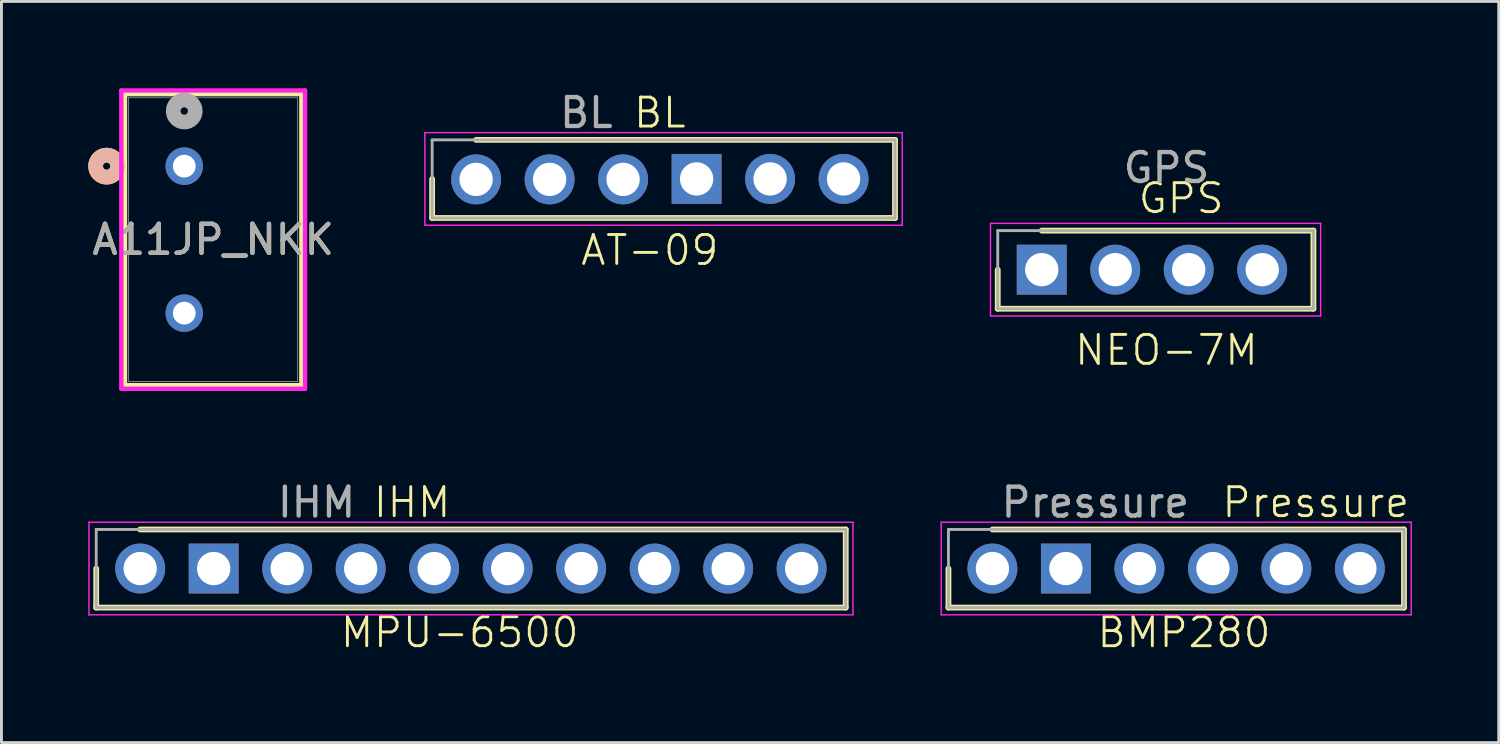
<source format=kicad_pcb>
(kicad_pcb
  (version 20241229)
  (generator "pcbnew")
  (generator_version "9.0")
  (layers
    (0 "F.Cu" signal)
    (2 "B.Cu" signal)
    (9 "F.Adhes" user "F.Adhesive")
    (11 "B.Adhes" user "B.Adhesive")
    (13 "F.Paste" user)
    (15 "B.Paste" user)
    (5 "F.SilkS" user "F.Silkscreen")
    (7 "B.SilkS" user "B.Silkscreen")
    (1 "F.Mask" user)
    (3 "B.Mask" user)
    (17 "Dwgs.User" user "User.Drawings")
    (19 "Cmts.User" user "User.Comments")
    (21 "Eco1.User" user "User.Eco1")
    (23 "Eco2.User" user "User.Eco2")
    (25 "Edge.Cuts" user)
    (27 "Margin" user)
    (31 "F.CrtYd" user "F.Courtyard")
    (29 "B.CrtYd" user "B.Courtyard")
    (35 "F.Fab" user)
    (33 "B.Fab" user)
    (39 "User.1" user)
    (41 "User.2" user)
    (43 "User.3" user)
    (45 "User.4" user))
  (footprint "IHM"
    (layer "F.Cu")
    (at 12.209 16.345)
    (property "Reference" "IHM" (at -1.016 -2.032 0) (unlocked yes) (layer "F.SilkS") (effects (font (size 1 1) (thickness 0.1))))
    (attr through_hole)
    (fp_line (start -11.934 0.254) (end -11.934 1.604) (stroke (width 0.2) (type solid)) (layer "F.SilkS"))
    (fp_line (start -11.934 1.604) (end 13.97 1.604) (stroke (width 0.2) (type solid)) (layer "F.SilkS"))
    (fp_line (start 13.97 -1.096) (end -10.414 -1.096) (stroke (width 0.2) (type solid)) (layer "F.SilkS"))
    (fp_line (start 13.97 1.604) (end 13.97 -1.096) (stroke (width 0.2) (type solid)) (layer "F.SilkS"))
    (fp_line (start -12.184 -1.346) (end 14.22 -1.346) (stroke (width 0.05) (type solid)) (layer "F.CrtYd"))
    (fp_line (start -12.184 1.854) (end -12.184 -1.346) (stroke (width 0.05) (type solid)) (layer "F.CrtYd"))
    (fp_line (start 14.22 -1.346) (end 14.22 1.854) (stroke (width 0.05) (type solid)) (layer "F.CrtYd"))
    (fp_line (start 14.22 1.854) (end -12.184 1.854) (stroke (width 0.05) (type solid)) (layer "F.CrtYd"))
    (fp_line (start -11.934 -1.096) (end 13.97 -1.096) (stroke (width 0.1) (type solid)) (layer "F.Fab"))
    (fp_line (start -11.934 1.604) (end -11.934 -1.096) (stroke (width 0.1) (type solid)) (layer "F.Fab"))
    (fp_line (start 13.97 -1.096) (end 13.97 1.604) (stroke (width 0.1) (type solid)) (layer "F.Fab"))
    (fp_line (start 13.97 1.604) (end -11.934 1.604) (stroke (width 0.1) (type solid)) (layer "F.Fab"))
    (fp_text user "MPU-6500" (at -3.556 3.048 0) (unlocked yes) (layer "F.SilkS") (effects (font (size 1 1) (thickness 0.1)) (justify left bottom)))
    (fp_text user "${REFERENCE}" (at -4.318 -2.032 0) (unlocked yes) (layer "F.Fab") (effects (font (size 1 1) (thickness 0.15))))
    (pad "1" thru_hole circle (at -10.414 0.254) (size 1.725 1.725) (drill 1.15) (layers "*.Cu" "*.Mask"))
    (pad "2" thru_hole rect (at -7.874 0.254) (size 1.725 1.725) (drill 1.15) (layers "*.Cu" "*.Mask"))
    (pad "3" thru_hole circle (at -5.334 0.254) (size 1.725 1.725) (drill 1.15) (layers "*.Cu" "*.Mask"))
    (pad "4" thru_hole circle (at -2.794 0.254) (size 1.725 1.725) (drill 1.15) (layers "*.Cu" "*.Mask"))
    (pad "5" thru_hole circle (at -0.254 0.254) (size 1.725 1.725) (drill 1.15) (layers "*.Cu" "*.Mask"))
    (pad "6" thru_hole circle (at 2.286 0.254) (size 1.725 1.725) (drill 1.15) (layers "*.Cu" "*.Mask"))
    (pad "7" thru_hole circle (at 4.826 0.254) (size 1.725 1.725) (drill 1.15) (layers "*.Cu" "*.Mask"))
    (pad "8" thru_hole circle (at 7.366 0.254) (size 1.725 1.725) (drill 1.15) (layers "*.Cu" "*.Mask"))
    (pad "9" thru_hole circle (at 9.906 0.254) (size 1.725 1.725) (drill 1.15) (layers "*.Cu" "*.Mask"))
    (pad "10" thru_hole circle (at 12.446 0.254) (size 1.725 1.725) (drill 1.15) (layers "*.Cu" "*.Mask")))
  (footprint "A11JP_NKK"
    (layer "F.Cu")
    (at 3.318 2.692)
    (property "Reference" "A11JP_NKK" (at 1 2.54 0) (unlocked yes) (layer "F.SilkS") (effects (font (size 1 1) (thickness 0.15))))
    (attr through_hole)
    (fp_line (start -2.048 -2.489) (end -2.048 7.569) (stroke (width 0.152) (type solid)) (layer "F.SilkS"))
    (fp_line (start -2.048 7.569) (end 4.048 7.569) (stroke (width 0.152) (type solid)) (layer "F.SilkS"))
    (fp_line (start 4.048 -2.489) (end -2.048 -2.489) (stroke (width 0.152) (type solid)) (layer "F.SilkS"))
    (fp_line (start 4.048 7.569) (end 4.048 -2.489) (stroke (width 0.152) (type solid)) (layer "F.SilkS"))
    (fp_circle (center -2.683 0) (end -2.302 0) (stroke (width 0.508) (type solid)) (fill no) (layer "F.SilkS"))
    (fp_circle (center -2.683 0) (end -2.302 0) (stroke (width 0.508) (type solid)) (fill no) (layer "B.SilkS"))
    (fp_line (start -2.175 -2.616) (end -2.175 7.696) (stroke (width 0.152) (type solid)) (layer "F.CrtYd"))
    (fp_line (start -2.175 7.696) (end 4.175 7.696) (stroke (width 0.152) (type solid)) (layer "F.CrtYd"))
    (fp_line (start 4.175 -2.616) (end -2.175 -2.616) (stroke (width 0.152) (type solid)) (layer "F.CrtYd"))
    (fp_line (start 4.175 7.696) (end 4.175 -2.616) (stroke (width 0.152) (type solid)) (layer "F.CrtYd"))
    (fp_line (start -1.921 -2.362) (end -1.921 7.442) (stroke (width 0.025) (type solid)) (layer "F.Fab"))
    (fp_line (start -1.921 7.442) (end 3.921 7.442) (stroke (width 0.025) (type solid)) (layer "F.Fab"))
    (fp_line (start 3.921 -2.362) (end -1.921 -2.362) (stroke (width 0.025) (type solid)) (layer "F.Fab"))
    (fp_line (start 3.921 7.442) (end 3.921 -2.362) (stroke (width 0.025) (type solid)) (layer "F.Fab"))
    (fp_circle (center 0 -1.905) (end 0.381 -1.905) (stroke (width 0.508) (type solid)) (fill no) (layer "F.Fab"))
    (fp_text user "${REFERENCE}" (at 1 2.54 0) (unlocked yes) (layer "F.Fab") (effects (font (size 1 1) (thickness 0.15))))
    (pad "1" thru_hole circle (at 0 0) (size 1.295 1.295) (drill 0.787) (layers "*.Cu" "*.Mask"))
    (pad "2" thru_hole circle (at 0 5.08) (size 1.295 1.295) (drill 0.787) (layers "*.Cu" "*.Mask")))
  (footprint "BL"
    (layer "F.Cu")
    (at 19.755 3.134)
    (property "Reference" "BL" (at 0 -2.286 0) (unlocked yes) (layer "F.SilkS") (effects (font (size 1 1) (thickness 0.1))))
    (attr through_hole)
    (fp_line (start -7.87 0) (end -7.87 1.35) (stroke (width 0.2) (type solid)) (layer "F.SilkS"))
    (fp_line (start -7.87 1.35) (end 8.128 1.35) (stroke (width 0.2) (type solid)) (layer "F.SilkS"))
    (fp_line (start 8.128 -1.35) (end -6.35 -1.35) (stroke (width 0.2) (type solid)) (layer "F.SilkS"))
    (fp_line (start 8.128 1.35) (end 8.128 -1.35) (stroke (width 0.2) (type solid)) (layer "F.SilkS"))
    (fp_line (start -8.12 -1.6) (end 8.378 -1.6) (stroke (width 0.05) (type solid)) (layer "F.CrtYd"))
    (fp_line (start -8.12 1.6) (end -8.12 -1.6) (stroke (width 0.05) (type solid)) (layer "F.CrtYd"))
    (fp_line (start 8.378 -1.6) (end 8.378 1.6) (stroke (width 0.05) (type solid)) (layer "F.CrtYd"))
    (fp_line (start 8.378 1.6) (end -8.12 1.6) (stroke (width 0.05) (type solid)) (layer "F.CrtYd"))
    (fp_line (start -7.87 -1.35) (end 8.128 -1.35) (stroke (width 0.1) (type solid)) (layer "F.Fab"))
    (fp_line (start -7.87 1.35) (end -7.87 -1.35) (stroke (width 0.1) (type solid)) (layer "F.Fab"))
    (fp_line (start 8.128 -1.35) (end 8.128 1.35) (stroke (width 0.1) (type solid)) (layer "F.Fab"))
    (fp_line (start 8.128 1.35) (end -7.87 1.35) (stroke (width 0.1) (type solid)) (layer "F.Fab"))
    (fp_text user "AT-09" (at -2.794 3.048 0) (unlocked yes) (layer "F.SilkS") (effects (font (size 1 1) (thickness 0.1)) (justify left bottom)))
    (fp_text user "${REFERENCE}" (at -2.54 -2.286 0) (unlocked yes) (layer "F.Fab") (effects (font (size 1 1) (thickness 0.15))))
    (pad "1" thru_hole circle (at -6.35 0.016) (size 1.725 1.725) (drill 1.15) (layers "*.Cu" "*.Mask"))
    (pad "2" thru_hole circle (at -3.81 0.016) (size 1.725 1.725) (drill 1.15) (layers "*.Cu" "*.Mask"))
    (pad "3" thru_hole circle (at -1.27 0.016) (size 1.725 1.725) (drill 1.15) (layers "*.Cu" "*.Mask"))
    (pad "4" thru_hole rect (at 1.27 0) (size 1.725 1.725) (drill 1.15) (layers "*.Cu" "*.Mask"))
    (pad "5" thru_hole circle (at 3.81 0) (size 1.725 1.725) (drill 1.15) (layers "*.Cu" "*.Mask"))
    (pad "6" thru_hole circle (at 6.35 0) (size 1.725 1.725) (drill 1.15) (layers "*.Cu" "*.Mask")))
  (footprint "GPS"
    (layer "F.Cu")
    (at 37.263 0.25)
    (property "Reference" "GPS" (at 0.508 3.556 0) (unlocked yes) (layer "F.SilkS") (effects (font (size 1 1) (thickness 0.1))))
    (attr through_hole)
    (fp_line (start -5.83 6.02) (end -5.83 7.37) (stroke (width 0.2) (type solid)) (layer "F.SilkS"))
    (fp_line (start -5.83 7.37) (end 5.08 7.37) (stroke (width 0.2) (type solid)) (layer "F.SilkS"))
    (fp_line (start 5.08 4.67) (end -4.31 4.67) (stroke (width 0.2) (type solid)) (layer "F.SilkS"))
    (fp_line (start 5.08 7.37) (end 5.08 4.67) (stroke (width 0.2) (type solid)) (layer "F.SilkS"))
    (fp_line (start -6.08 4.42) (end 5.33 4.42) (stroke (width 0.05) (type solid)) (layer "F.CrtYd"))
    (fp_line (start -6.08 7.62) (end -6.08 4.42) (stroke (width 0.05) (type solid)) (layer "F.CrtYd"))
    (fp_line (start 5.33 4.42) (end 5.33 7.62) (stroke (width 0.05) (type solid)) (layer "F.CrtYd"))
    (fp_line (start 5.33 7.62) (end -6.08 7.62) (stroke (width 0.05) (type solid)) (layer "F.CrtYd"))
    (fp_line (start -5.83 4.67) (end 5.08 4.67) (stroke (width 0.1) (type solid)) (layer "F.Fab"))
    (fp_line (start -5.83 7.37) (end -5.83 4.67) (stroke (width 0.1) (type solid)) (layer "F.Fab"))
    (fp_line (start 5.08 4.67) (end 5.08 7.37) (stroke (width 0.1) (type solid)) (layer "F.Fab"))
    (fp_line (start 5.08 7.37) (end -5.83 7.37) (stroke (width 0.1) (type solid)) (layer "F.Fab"))
    (fp_text user "NEO-7M" (at 0 8.8 0) (unlocked yes) (layer "F.SilkS") (effects (font (size 1 1) (thickness 0.1))))
    (fp_text user "${REFERENCE}" (at 0 2.5 0) (unlocked yes) (layer "F.Fab") (effects (font (size 1 1) (thickness 0.15))))
    (pad "1" thru_hole rect (at -4.31 6.02) (size 1.725 1.725) (drill 1.15) (layers "*.Cu" "*.Mask"))
    (pad "2" thru_hole circle (at -1.77 6.02) (size 1.725 1.725) (drill 1.15) (layers "*.Cu" "*.Mask"))
    (pad "3" thru_hole circle (at 0.77 6.02) (size 1.725 1.725) (drill 1.15) (layers "*.Cu" "*.Mask"))
    (pad "4" thru_hole circle (at 3.31 6.02) (size 1.725 1.725) (drill 1.15) (layers "*.Cu" "*.Mask")))
  (footprint "Pressure"
    (layer "F.Cu")
    (at 37.599 16.599)
    (property "Reference" "Pressure" (at 4.826 -2.286 0) (unlocked yes) (layer "F.SilkS") (effects (font (size 1 1) (thickness 0.1))))
    (attr through_hole)
    (fp_line (start -7.87 0) (end -7.87 1.35) (stroke (width 0.2) (type solid)) (layer "F.SilkS"))
    (fp_line (start -7.87 1.35) (end 7.874 1.35) (stroke (width 0.2) (type solid)) (layer "F.SilkS"))
    (fp_line (start 7.874 -1.35) (end -6.35 -1.35) (stroke (width 0.2) (type solid)) (layer "F.SilkS"))
    (fp_line (start 7.874 1.35) (end 7.874 -1.35) (stroke (width 0.2) (type solid)) (layer "F.SilkS"))
    (fp_line (start -8.12 -1.6) (end 8.124 -1.6) (stroke (width 0.05) (type solid)) (layer "F.CrtYd"))
    (fp_line (start -8.12 1.6) (end -8.12 -1.6) (stroke (width 0.05) (type solid)) (layer "F.CrtYd"))
    (fp_line (start 8.124 -1.6) (end 8.124 1.6) (stroke (width 0.05) (type solid)) (layer "F.CrtYd"))
    (fp_line (start 8.124 1.6) (end -8.12 1.6) (stroke (width 0.05) (type solid)) (layer "F.CrtYd"))
    (fp_line (start -7.87 -1.35) (end 7.874 -1.35) (stroke (width 0.1) (type solid)) (layer "F.Fab"))
    (fp_line (start -7.87 1.35) (end -7.87 -1.35) (stroke (width 0.1) (type solid)) (layer "F.Fab"))
    (fp_line (start 7.874 -1.35) (end 7.874 1.35) (stroke (width 0.1) (type solid)) (layer "F.Fab"))
    (fp_line (start 7.874 1.35) (end -7.87 1.35) (stroke (width 0.1) (type solid)) (layer "F.Fab"))
    (fp_text user "BMP280" (at -2.794 2.794 0) (unlocked yes) (layer "F.SilkS") (effects (font (size 1 1) (thickness 0.1)) (justify left bottom)))
    (fp_text user "${REFERENCE}" (at -2.794 -2.286 0) (unlocked yes) (layer "F.Fab") (effects (font (size 1 1) (thickness 0.15))))
    (pad "1" thru_hole circle (at -6.35 0) (size 1.725 1.725) (drill 1.15) (layers "*.Cu" "*.Mask"))
    (pad "2" thru_hole rect (at -3.81 0) (size 1.725 1.725) (drill 1.15) (layers "*.Cu" "*.Mask"))
    (pad "3" thru_hole circle (at -1.27 0) (size 1.725 1.725) (drill 1.15) (layers "*.Cu" "*.Mask"))
    (pad "4" thru_hole circle (at 1.27 0) (size 1.725 1.725) (drill 1.15) (layers "*.Cu" "*.Mask"))
    (pad "5" thru_hole circle (at 3.81 0) (size 1.725 1.725) (drill 1.15) (layers "*.Cu" "*.Mask"))
    (pad "6" thru_hole circle (at 6.35 0) (size 1.725 1.725) (drill 1.15) (layers "*.Cu" "*.Mask")))
  (gr_rect
    (start -3 -3)
    (end 48.748 22.614)
    (stroke (width 0.1) (type default))
    (fill no)
    (layer "Edge.Cuts")))
</source>
